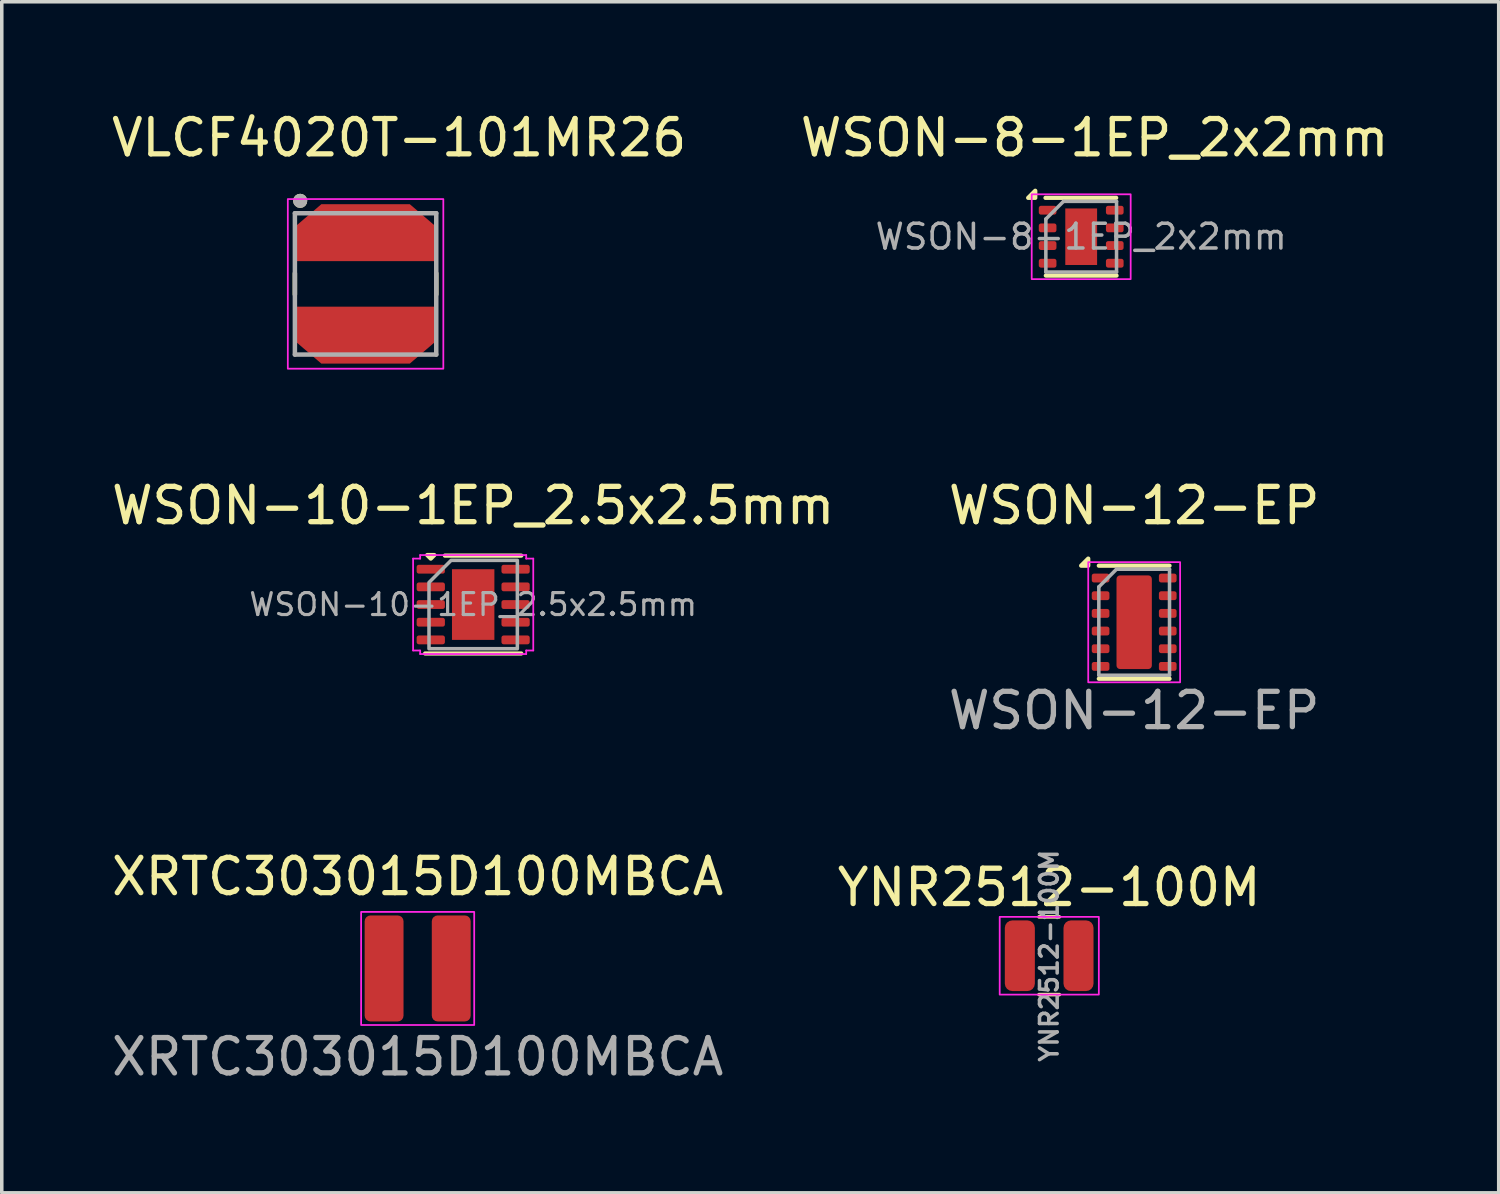
<source format=kicad_pcb>
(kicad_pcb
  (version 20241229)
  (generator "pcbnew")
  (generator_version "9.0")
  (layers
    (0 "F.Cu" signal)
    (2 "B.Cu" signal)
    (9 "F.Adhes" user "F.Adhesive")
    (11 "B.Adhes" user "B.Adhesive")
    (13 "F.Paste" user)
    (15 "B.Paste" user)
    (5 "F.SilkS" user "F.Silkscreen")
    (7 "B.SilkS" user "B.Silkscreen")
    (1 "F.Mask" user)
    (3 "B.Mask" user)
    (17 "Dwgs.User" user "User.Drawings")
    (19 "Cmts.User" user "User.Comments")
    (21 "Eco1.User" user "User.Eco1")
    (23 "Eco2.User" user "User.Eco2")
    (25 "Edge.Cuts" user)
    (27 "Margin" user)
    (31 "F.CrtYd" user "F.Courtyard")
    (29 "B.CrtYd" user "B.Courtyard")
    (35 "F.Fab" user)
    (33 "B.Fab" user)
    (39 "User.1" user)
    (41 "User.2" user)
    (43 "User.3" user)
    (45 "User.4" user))
  (footprint "XRTC303015D100MBCA"
    (layer "F.Cu")
    (at 8.768 24.353)
    (property "Reference" "XRTC303015D100MBCA" (at 0 -2.6 0) (unlocked yes) (layer "F.SilkS") (effects (font (size 1 1) (thickness 0.15))))
    (attr smd)
    (fp_rect (start -1.6 -1.6) (end 1.6 1.6) (stroke (width 0.05) (type default)) (fill no) (layer "F.CrtYd"))
    (fp_text user "${REFERENCE}" (at 0 2.5 0) (unlocked yes) (layer "F.Fab") (effects (font (size 1 1) (thickness 0.15))))
    (pad "1" smd roundrect (at -0.95 0) (size 1.1 3) (layers "F.Cu" "F.Mask" "F.Paste") (roundrect_rratio 0.15))
    (pad "2" smd roundrect (at 0.95 0) (size 1.1 3) (layers "F.Cu" "F.Mask" "F.Paste") (roundrect_rratio 0.15)))
  (footprint "WSON-10-1EP_2.5x2.5mm"
    (layer "F.Cu")
    (at 10.339 14.056)
    (property "Reference" "WSON-10-1EP_2.5x2.5mm" (at 0 -2.8 0) (layer "F.SilkS") (effects (font (size 1 1) (thickness 0.15))))
    (attr smd)
    (fp_line (start -0.8 -1.385) (end 1.36 -1.385) (stroke (width 0.12) (type solid)) (layer "F.SilkS"))
    (fp_line (start 1.36 1.385) (end -1.36 1.385) (stroke (width 0.12) (type solid)) (layer "F.SilkS"))
    (fp_poly (pts (xy -1.2 -1.3) (xy -1.3 -1.4) (xy -1.1 -1.4)) (stroke (width 0.12) (type solid)) (fill yes) (layer "F.SilkS"))
    (fp_line (start -1.7 -1.3) (end -1.5 -1.3) (stroke (width 0.05) (type solid)) (layer "F.CrtYd"))
    (fp_line (start -1.7 1.3) (end -1.7 -1.3) (stroke (width 0.05) (type solid)) (layer "F.CrtYd"))
    (fp_line (start -1.51 1.3) (end -1.7 1.3) (stroke (width 0.05) (type solid)) (layer "F.CrtYd"))
    (fp_line (start -1.5 -1.4) (end 1.5 -1.4) (stroke (width 0.05) (type solid)) (layer "F.CrtYd"))
    (fp_line (start -1.5 -1.3) (end -1.5 -1.4) (stroke (width 0.05) (type solid)) (layer "F.CrtYd"))
    (fp_line (start -1.5 1.4) (end -1.5 1.3) (stroke (width 0.05) (type solid)) (layer "F.CrtYd"))
    (fp_line (start 1.5 -1.4) (end 1.5 -1.3) (stroke (width 0.05) (type solid)) (layer "F.CrtYd"))
    (fp_line (start 1.5 -1.3) (end 1.7 -1.3) (stroke (width 0.05) (type solid)) (layer "F.CrtYd"))
    (fp_line (start 1.5 1.3) (end 1.5 1.4) (stroke (width 0.05) (type solid)) (layer "F.CrtYd"))
    (fp_line (start 1.5 1.4) (end -1.5 1.4) (stroke (width 0.05) (type solid)) (layer "F.CrtYd"))
    (fp_line (start 1.7 -1.3) (end 1.7 1.3) (stroke (width 0.05) (type solid)) (layer "F.CrtYd"))
    (fp_line (start 1.7 1.3) (end 1.5 1.3) (stroke (width 0.05) (type solid)) (layer "F.CrtYd"))
    (fp_poly (pts (xy -1.25 -0.625) (xy -1.25 1.25) (xy 1.25 1.25) (xy 1.25 -1.25) (xy -0.625 -1.25)) (stroke (width 0.1) (type solid)) (fill no) (layer "F.Fab"))
    (fp_text user "${REFERENCE}" (at 0 0 0) (layer "F.Fab") (effects (font (size 0.62 0.62) (thickness 0.09))))
    (pad "" smd roundrect (at -0.3 -0.5) (size 0.48 0.81) (layers "F.Paste") (roundrect_rratio 0.25))
    (pad "" smd roundrect (at -0.3 0.5) (size 0.48 0.81) (layers "F.Paste") (roundrect_rratio 0.25))
    (pad "" smd roundrect (at 0.3 -0.5) (size 0.48 0.81) (layers "F.Paste") (roundrect_rratio 0.25))
    (pad "" smd roundrect (at 0.3 0.5) (size 0.48 0.81) (layers "F.Paste") (roundrect_rratio 0.25))
    (pad "1" smd roundrect (at -1.2 -1) (size 0.8 0.25) (layers "F.Cu" "F.Mask" "F.Paste") (roundrect_rratio 0.25))
    (pad "2" smd roundrect (at -1.2 -0.5) (size 0.8 0.25) (layers "F.Cu" "F.Mask" "F.Paste") (roundrect_rratio 0.25))
    (pad "3" smd roundrect (at -1.2 0) (size 0.8 0.25) (layers "F.Cu" "F.Mask" "F.Paste") (roundrect_rratio 0.25))
    (pad "4" smd roundrect (at -1.2 0.5) (size 0.8 0.25) (layers "F.Cu" "F.Mask" "F.Paste") (roundrect_rratio 0.25))
    (pad "5" smd roundrect (at -1.2 1) (size 0.8 0.25) (layers "F.Cu" "F.Mask" "F.Paste") (roundrect_rratio 0.25))
    (pad "6" smd roundrect (at 1.2 1) (size 0.8 0.25) (layers "F.Cu" "F.Mask" "F.Paste") (roundrect_rratio 0.25))
    (pad "7" smd roundrect (at 1.2 0.5) (size 0.8 0.25) (layers "F.Cu" "F.Mask" "F.Paste") (roundrect_rratio 0.25))
    (pad "8" smd roundrect (at 1.2 0) (size 0.8 0.25) (layers "F.Cu" "F.Mask" "F.Paste") (roundrect_rratio 0.25))
    (pad "9" smd roundrect (at 1.2 -0.5) (size 0.8 0.25) (layers "F.Cu" "F.Mask" "F.Paste") (roundrect_rratio 0.25))
    (pad "10" smd roundrect (at 1.2 -1) (size 0.8 0.25) (layers "F.Cu" "F.Mask" "F.Paste") (roundrect_rratio 0.25))
    (pad "11" smd rect (at 0 0) (size 1.2 2) (property pad_prop_heatsink) (layers "F.Cu" "F.Mask")))
  (footprint "WSON-12-EP"
    (layer "F.Cu")
    (at 29.042 14.556)
    (property "Reference" "WSON-12-EP" (at 0 -3.3 0) (unlocked yes) (layer "F.SilkS") (effects (font (size 1 1) (thickness 0.15))))
    (attr smd)
    (fp_line (start -1 -1.6) (end 1 -1.6) (stroke (width 0.12) (type solid)) (layer "F.SilkS"))
    (fp_line (start -1 1.6) (end 1 1.6) (stroke (width 0.12) (type solid)) (layer "F.SilkS"))
    (fp_poly (pts (xy -1.3 -1.6) (xy -1.5 -1.6) (xy -1.3 -1.8) (xy -1.3 -1.6)) (stroke (width 0.12) (type solid)) (fill yes) (layer "F.SilkS"))
    (fp_rect (start -1.3 -1.7) (end 1.3 1.7) (stroke (width 0.05) (type default)) (fill no) (layer "F.CrtYd"))
    (fp_line (start -1 -1) (end -0.5 -1.5) (stroke (width 0.1) (type solid)) (layer "F.Fab"))
    (fp_line (start -1 1.5) (end -1 -1) (stroke (width 0.1) (type solid)) (layer "F.Fab"))
    (fp_line (start -0.5 -1.5) (end 1 -1.5) (stroke (width 0.1) (type solid)) (layer "F.Fab"))
    (fp_line (start 1 -1.5) (end 1 1.5) (stroke (width 0.1) (type solid)) (layer "F.Fab"))
    (fp_line (start 1 1.5) (end -1 1.5) (stroke (width 0.1) (type solid)) (layer "F.Fab"))
    (fp_text user "${REFERENCE}" (at 0 2.5 0) (unlocked yes) (layer "F.Fab") (effects (font (size 1 1) (thickness 0.15))))
    (pad "" smd rect (at 0 -0.65) (size 0.95 1.1) (layers "F.Paste"))
    (pad "" smd rect (at 0 0.65) (size 0.95 1.1) (layers "F.Paste"))
    (pad "1" smd roundrect (at -0.95 -1.25) (size 0.5 0.25) (layers "F.Cu" "F.Mask" "F.Paste") (roundrect_rratio 0.25))
    (pad "2" smd roundrect (at -0.95 -0.75) (size 0.5 0.25) (layers "F.Cu" "F.Mask" "F.Paste") (roundrect_rratio 0.25))
    (pad "3" smd roundrect (at -0.95 -0.25) (size 0.5 0.25) (layers "F.Cu" "F.Mask" "F.Paste") (roundrect_rratio 0.25))
    (pad "4" smd roundrect (at -0.95 0.25) (size 0.5 0.25) (layers "F.Cu" "F.Mask" "F.Paste") (roundrect_rratio 0.25))
    (pad "5" smd roundrect (at -0.95 0.75) (size 0.5 0.25) (layers "F.Cu" "F.Mask" "F.Paste") (roundrect_rratio 0.25))
    (pad "6" smd roundrect (at -0.95 1.25) (size 0.5 0.25) (layers "F.Cu" "F.Mask" "F.Paste") (roundrect_rratio 0.25))
    (pad "7" smd roundrect (at 0.95 1.25) (size 0.5 0.25) (layers "F.Cu" "F.Mask" "F.Paste") (roundrect_rratio 0.25))
    (pad "8" smd roundrect (at 0.95 0.75) (size 0.5 0.25) (layers "F.Cu" "F.Mask" "F.Paste") (roundrect_rratio 0.25))
    (pad "9" smd roundrect (at 0.95 0.25) (size 0.5 0.25) (layers "F.Cu" "F.Mask" "F.Paste") (roundrect_rratio 0.25))
    (pad "10" smd roundrect (at 0.95 -0.25) (size 0.5 0.25) (layers "F.Cu" "F.Mask" "F.Paste") (roundrect_rratio 0.25))
    (pad "11" smd roundrect (at 0.95 -0.75) (size 0.5 0.25) (layers "F.Cu" "F.Mask" "F.Paste") (roundrect_rratio 0.25))
    (pad "12" smd roundrect (at 0.95 -1.25) (size 0.5 0.25) (layers "F.Cu" "F.Mask" "F.Paste") (roundrect_rratio 0.25))
    (pad "13" smd roundrect (at 0 0) (size 1 2.65) (layers "F.Cu" "F.Mask") (roundrect_rratio 0.1)))
  (footprint "WSON-8-1EP_2x2mm"
    (layer "F.Cu")
    (at 27.543 3.648)
    (property "Reference" "WSON-8-1EP_2x2mm" (at 0.38 -2.8 0) (layer "F.SilkS") (effects (font (size 1 1) (thickness 0.15))))
    (attr smd)
    (fp_line (start -1.01 -1.1) (end 0.99 -1.1) (stroke (width 0.12) (type solid)) (layer "F.SilkS"))
    (fp_line (start -1 1.1) (end 1 1.1) (stroke (width 0.12) (type solid)) (layer "F.SilkS"))
    (fp_poly (pts (xy -1.3 -1.1) (xy -1.5 -1.1) (xy -1.3 -1.3) (xy -1.3 -1.1)) (stroke (width 0.12) (type solid)) (fill yes) (layer "F.SilkS"))
    (fp_rect (start -1.4 -1.2) (end 1.4 1.2) (stroke (width 0.05) (type default)) (fill no) (layer "F.CrtYd"))
    (fp_line (start -1 1) (end -1 -0.5) (stroke (width 0.1) (type solid)) (layer "F.Fab"))
    (fp_line (start -0.5 -1) (end -1 -0.5) (stroke (width 0.1) (type solid)) (layer "F.Fab"))
    (fp_line (start -0.5 -1) (end 1 -1) (stroke (width 0.1) (type solid)) (layer "F.Fab"))
    (fp_line (start 1 -1) (end 1 1) (stroke (width 0.1) (type solid)) (layer "F.Fab"))
    (fp_line (start 1 1) (end -1 1) (stroke (width 0.1) (type solid)) (layer "F.Fab"))
    (fp_text user "${REFERENCE}" (at 0 0 0) (layer "F.Fab") (effects (font (size 0.7 0.7) (thickness 0.1))))
    (pad "" smd rect (at 0 -0.4) (size 0.75 0.65) (layers "F.Paste"))
    (pad "" smd rect (at 0 0.4) (size 0.75 0.65) (layers "F.Paste"))
    (pad "1" smd roundrect (at -0.95 -0.75) (size 0.5 0.25) (layers "F.Cu" "F.Mask" "F.Paste") (roundrect_rratio 0.25))
    (pad "2" smd roundrect (at -0.95 -0.25) (size 0.5 0.25) (layers "F.Cu" "F.Mask" "F.Paste") (roundrect_rratio 0.25))
    (pad "3" smd roundrect (at -0.95 0.25) (size 0.5 0.25) (layers "F.Cu" "F.Mask" "F.Paste") (roundrect_rratio 0.25))
    (pad "4" smd roundrect (at -0.95 0.75) (size 0.5 0.25) (layers "F.Cu" "F.Mask" "F.Paste") (roundrect_rratio 0.25))
    (pad "5" smd roundrect (at 0.95 0.75) (size 0.5 0.25) (layers "F.Cu" "F.Mask" "F.Paste") (roundrect_rratio 0.25))
    (pad "6" smd roundrect (at 0.95 0.25) (size 0.5 0.25) (layers "F.Cu" "F.Mask" "F.Paste") (roundrect_rratio 0.25))
    (pad "7" smd roundrect (at 0.95 -0.25) (size 0.5 0.25) (layers "F.Cu" "F.Mask" "F.Paste") (roundrect_rratio 0.25))
    (pad "8" smd roundrect (at 0.95 -0.75) (size 0.5 0.25) (layers "F.Cu" "F.Mask" "F.Paste") (roundrect_rratio 0.25))
    (pad "9" smd rect (at 0 0) (size 0.9 1.6) (layers "F.Cu" "F.Mask")))
  (footprint "YNR2512-100M"
    (layer "F.Cu")
    (at 26.637 23.993)
    (property "Reference" "YNR2512-100M" (at 0 -1.932 0) (layer "F.SilkS") (effects (font (size 1 1) (thickness 0.15))))
    (fp_line (start -0.288 -1.1) (end 0.287 -1.1) (stroke (width 0.102) (type default)) (layer "F.SilkS"))
    (fp_line (start 0.287 1.1) (end -0.288 1.1) (stroke (width 0.102) (type default)) (layer "F.SilkS"))
    (fp_rect (start -1.4 -1.1) (end 1.405 1.1) (stroke (width 0.05) (type default)) (fill no) (layer "F.CrtYd"))
    (fp_text user "${REFERENCE}" (at 0 0 90) (layer "F.Fab") (effects (font (size 0.5 0.5) (thickness 0.1))))
    (pad "1" smd roundrect (at -0.83 0) (size 0.85 2) (layers "F.Cu" "F.Mask" "F.Paste") (roundrect_rratio 0.25))
    (pad "2" smd roundrect (at 0.83 0) (size 0.85 2) (layers "F.Cu" "F.Mask" "F.Paste") (roundrect_rratio 0.25)))
  (footprint "VLCF4020T-101MR26"
    (layer "F.Cu")
    (at 7.294 4.983)
    (property "Reference" "VLCF4020T-101MR26" (at 0.95 -4.135 0) (layer "F.SilkS") (effects (font (size 1 1) (thickness 0.15))))
    (attr smd)
    (fp_line (start -2 -0.3) (end -2 0.3) (stroke (width 0.127) (type solid)) (layer "F.SilkS"))
    (fp_line (start 2 -0.3) (end 2 0.3) (stroke (width 0.127) (type solid)) (layer "F.SilkS"))
    (fp_circle (center -1.85 -2.35) (end -1.75 -2.35) (stroke (width 0.2) (type solid)) (fill no) (layer "F.SilkS"))
    (fp_rect (start -2.2 -2.4) (end 2.2 2.4) (stroke (width 0.05) (type default)) (fill no) (layer "F.CrtYd"))
    (fp_line (start -2 -2) (end -2 2) (stroke (width 0.127) (type solid)) (layer "F.Fab"))
    (fp_line (start -2 2) (end 2 2) (stroke (width 0.127) (type solid)) (layer "F.Fab"))
    (fp_line (start 2 -2) (end -2 -2) (stroke (width 0.127) (type solid)) (layer "F.Fab"))
    (fp_line (start 2 2) (end 2 -2) (stroke (width 0.127) (type solid)) (layer "F.Fab"))
    (fp_circle (center -1.85 -2.35) (end -1.75 -2.35) (stroke (width 0.2) (type solid)) (fill no) (layer "F.Fab"))
    (pad "1" smd custom (at 0 -1.5) (size 0.8 0.8) (layers "F.Cu" "F.Mask" "F.Paste") (options (anchor rect)) (primitives (gr_poly (pts (xy -1.95 -0.15) (xy -1.95 0.85) (xy 1.95 0.85) (xy 1.95 -0.15) (xy 1.25 -0.75) (xy -1.25 -0.75)) (width 0.01) (fill yes))))
    (pad "2" smd custom (at 0 1.5) (size 0.8 0.8) (layers "F.Cu" "F.Mask" "F.Paste") (options (anchor rect)) (primitives (gr_poly (pts (xy -1.25 0.75) (xy -1.95 0.15) (xy -1.95 -0.85) (xy 1.95 -0.85) (xy 1.95 0.15) (xy 1.25 0.75)) (width 0.01) (fill yes)))))
  (gr_rect
    (start -3 -3)
    (end 39.357 30.701)
    (stroke (width 0.1) (type default))
    (fill no)
    (layer "Edge.Cuts")))
</source>
